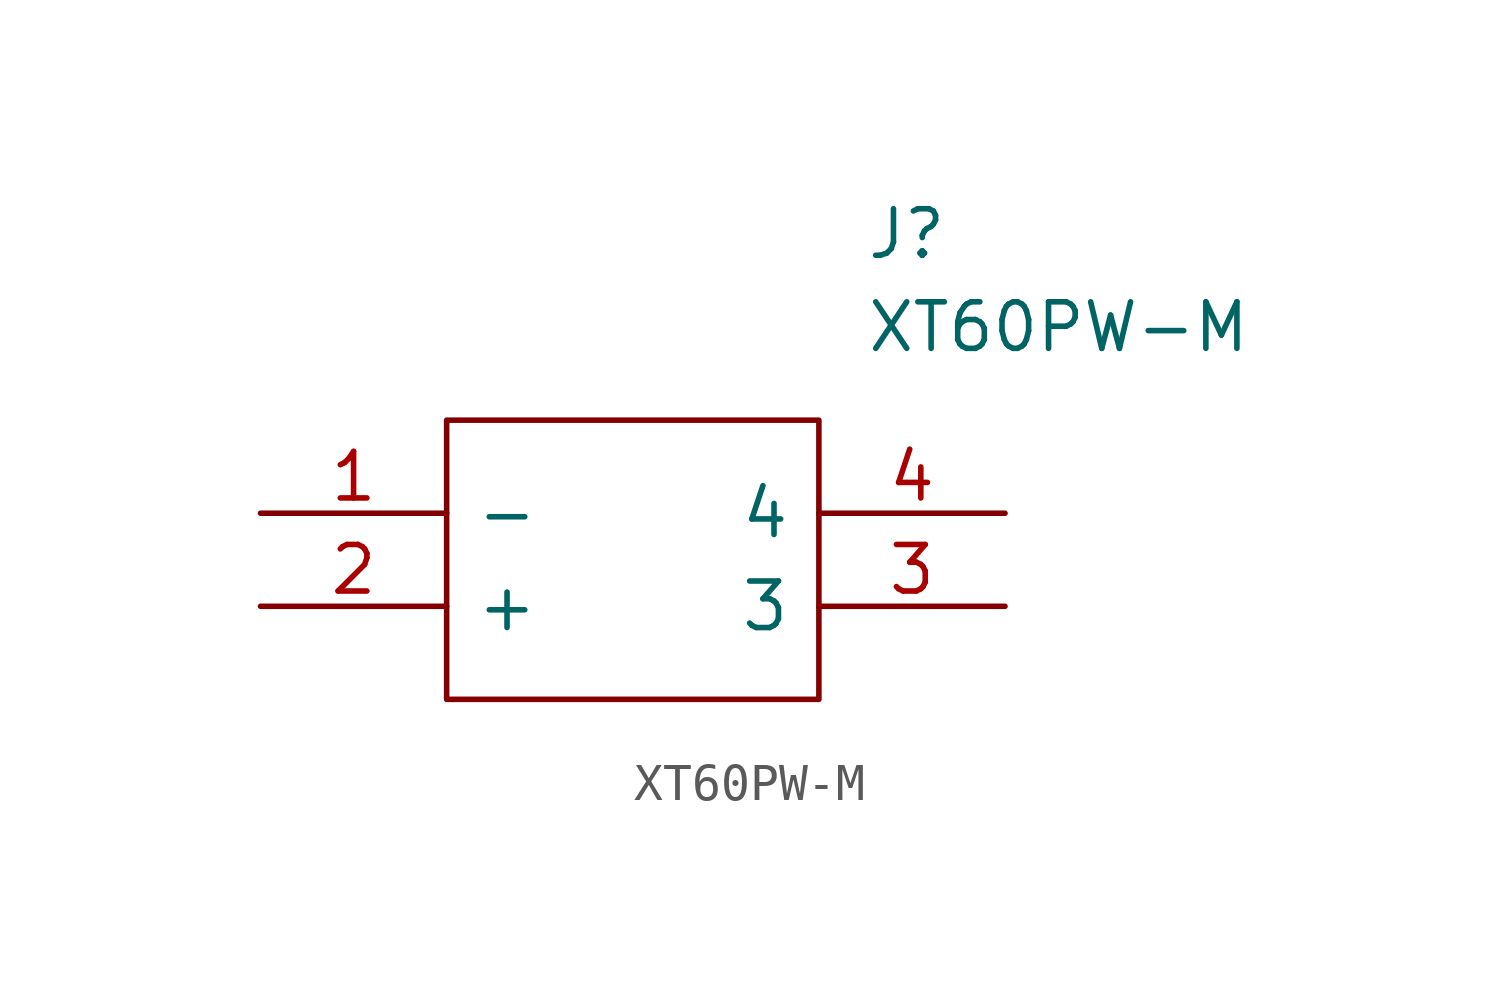
<source format=kicad_sym>
(kicad_symbol_lib
  (version 20211014)
  (generator kicad_symbol_editor)
  (symbol "XT60PW-M"
    (pin_names
      (offset 0.762))
    (property "Reference" "J"
      (at 16.51 7.62 0)
      (effects (font (size 1.27 1.27)) (justify left)))
    (property "Value" "XT60PW-M"
      (at 16.51 5.08 0)
      (effects (font (size 1.27 1.27)) (justify left)))
    (symbol "XT60PW-M_0_0"
      (pin passive line (at 0 0 0) (length 5.08) (name "-" (effects (font (size 1.27 1.27)))) (number "1" (effects (font (size 1.27 1.27)))))
      (pin passive line (at 0 -2.54 0) (length 5.08) (name "+" (effects (font (size 1.27 1.27)))) (number "2" (effects (font (size 1.27 1.27)))))
      (pin passive line (at 20.32 -2.54 180) (length 5.08) (name "3" (effects (font (size 1.27 1.27)))) (number "3" (effects (font (size 1.27 1.27)))))
      (pin passive line (at 20.32 0 180) (length 5.08) (name "4" (effects (font (size 1.27 1.27)))) (number "4" (effects (font (size 1.27 1.27))))))
    (symbol "XT60PW-M_0_1"
      (polyline (pts (xy 5.08 2.54) (xy 15.24 2.54) (xy 15.24 -5.08) (xy 5.08 -5.08) (xy 5.08 2.54)) (stroke (width 0.152) (type default) (color 0 0 0 0)) (fill (type none))))))
</source>
